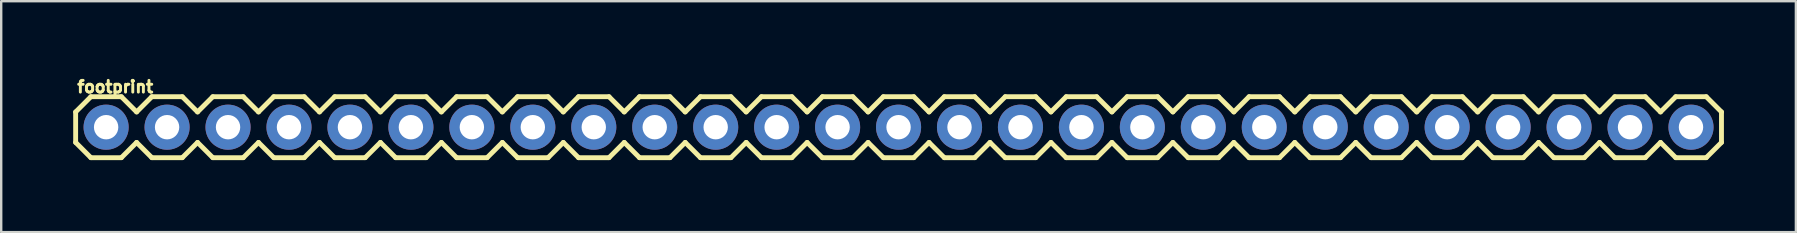
<source format=kicad_pcb>
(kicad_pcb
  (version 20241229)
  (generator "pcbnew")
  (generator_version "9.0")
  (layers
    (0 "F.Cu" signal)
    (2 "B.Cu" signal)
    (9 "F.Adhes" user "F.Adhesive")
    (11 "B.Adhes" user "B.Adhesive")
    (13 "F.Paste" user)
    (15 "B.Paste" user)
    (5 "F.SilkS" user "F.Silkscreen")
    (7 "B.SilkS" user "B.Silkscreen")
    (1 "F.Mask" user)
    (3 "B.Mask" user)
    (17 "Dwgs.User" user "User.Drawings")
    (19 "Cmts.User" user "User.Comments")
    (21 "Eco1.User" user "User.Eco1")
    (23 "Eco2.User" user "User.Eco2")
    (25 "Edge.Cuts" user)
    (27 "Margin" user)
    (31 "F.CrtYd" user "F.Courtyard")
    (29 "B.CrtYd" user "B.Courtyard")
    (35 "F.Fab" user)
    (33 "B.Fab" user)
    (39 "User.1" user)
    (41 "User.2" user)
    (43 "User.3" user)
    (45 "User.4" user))
  (footprint "footprint"
    (layer "F.Cu")
    (at 1.372 2.25)
    (property "Reference" "footprint" (at -1.27 -1.397 0) (layer "F.SilkS") (effects (font (size 0.488 0.488) (thickness 0.122)) (justify left bottom)))
    (fp_line (start -1.27 -0.635) (end -1.27 0.635) (stroke (width 0.203) (type solid)) (layer "F.SilkS"))
    (fp_line (start -1.27 0.635) (end -0.635 1.27) (stroke (width 0.203) (type solid)) (layer "F.SilkS"))
    (fp_line (start -0.635 -1.27) (end -1.27 -0.635) (stroke (width 0.203) (type solid)) (layer "F.SilkS"))
    (fp_line (start -0.635 -1.27) (end 0.635 -1.27) (stroke (width 0.203) (type solid)) (layer "F.SilkS"))
    (fp_line (start 0.635 -1.27) (end 1.27 -0.635) (stroke (width 0.203) (type solid)) (layer "F.SilkS"))
    (fp_line (start 0.635 1.27) (end -0.635 1.27) (stroke (width 0.203) (type solid)) (layer "F.SilkS"))
    (fp_line (start 1.27 -0.635) (end 1.905 -1.27) (stroke (width 0.203) (type solid)) (layer "F.SilkS"))
    (fp_line (start 1.27 0.635) (end 0.635 1.27) (stroke (width 0.203) (type solid)) (layer "F.SilkS"))
    (fp_line (start 1.905 -1.27) (end 3.175 -1.27) (stroke (width 0.203) (type solid)) (layer "F.SilkS"))
    (fp_line (start 1.905 1.27) (end 1.27 0.635) (stroke (width 0.203) (type solid)) (layer "F.SilkS"))
    (fp_line (start 3.175 -1.27) (end 3.81 -0.635) (stroke (width 0.203) (type solid)) (layer "F.SilkS"))
    (fp_line (start 3.175 1.27) (end 1.905 1.27) (stroke (width 0.203) (type solid)) (layer "F.SilkS"))
    (fp_line (start 3.81 -0.635) (end 4.445 -1.27) (stroke (width 0.203) (type solid)) (layer "F.SilkS"))
    (fp_line (start 3.81 0.635) (end 3.175 1.27) (stroke (width 0.203) (type solid)) (layer "F.SilkS"))
    (fp_line (start 4.445 -1.27) (end 5.715 -1.27) (stroke (width 0.203) (type solid)) (layer "F.SilkS"))
    (fp_line (start 4.445 1.27) (end 3.81 0.635) (stroke (width 0.203) (type solid)) (layer "F.SilkS"))
    (fp_line (start 5.715 -1.27) (end 6.35 -0.635) (stroke (width 0.203) (type solid)) (layer "F.SilkS"))
    (fp_line (start 5.715 1.27) (end 4.445 1.27) (stroke (width 0.203) (type solid)) (layer "F.SilkS"))
    (fp_line (start 6.35 0.635) (end 5.715 1.27) (stroke (width 0.203) (type solid)) (layer "F.SilkS"))
    (fp_line (start 6.35 0.635) (end 6.985 1.27) (stroke (width 0.203) (type solid)) (layer "F.SilkS"))
    (fp_line (start 6.985 -1.27) (end 6.35 -0.635) (stroke (width 0.203) (type solid)) (layer "F.SilkS"))
    (fp_line (start 6.985 -1.27) (end 8.255 -1.27) (stroke (width 0.203) (type solid)) (layer "F.SilkS"))
    (fp_line (start 8.255 -1.27) (end 8.89 -0.635) (stroke (width 0.203) (type solid)) (layer "F.SilkS"))
    (fp_line (start 8.255 1.27) (end 6.985 1.27) (stroke (width 0.203) (type solid)) (layer "F.SilkS"))
    (fp_line (start 8.89 -0.635) (end 9.525 -1.27) (stroke (width 0.203) (type solid)) (layer "F.SilkS"))
    (fp_line (start 8.89 0.635) (end 8.255 1.27) (stroke (width 0.203) (type solid)) (layer "F.SilkS"))
    (fp_line (start 9.525 -1.27) (end 10.795 -1.27) (stroke (width 0.203) (type solid)) (layer "F.SilkS"))
    (fp_line (start 9.525 1.27) (end 8.89 0.635) (stroke (width 0.203) (type solid)) (layer "F.SilkS"))
    (fp_line (start 10.795 -1.27) (end 11.43 -0.635) (stroke (width 0.203) (type solid)) (layer "F.SilkS"))
    (fp_line (start 10.795 1.27) (end 9.525 1.27) (stroke (width 0.203) (type solid)) (layer "F.SilkS"))
    (fp_line (start 11.43 -0.635) (end 12.065 -1.27) (stroke (width 0.203) (type solid)) (layer "F.SilkS"))
    (fp_line (start 11.43 0.635) (end 10.795 1.27) (stroke (width 0.203) (type solid)) (layer "F.SilkS"))
    (fp_line (start 12.065 -1.27) (end 13.335 -1.27) (stroke (width 0.203) (type solid)) (layer "F.SilkS"))
    (fp_line (start 12.065 1.27) (end 11.43 0.635) (stroke (width 0.203) (type solid)) (layer "F.SilkS"))
    (fp_line (start 13.335 -1.27) (end 13.97 -0.635) (stroke (width 0.203) (type solid)) (layer "F.SilkS"))
    (fp_line (start 13.335 1.27) (end 12.065 1.27) (stroke (width 0.203) (type solid)) (layer "F.SilkS"))
    (fp_line (start 13.97 0.635) (end 13.335 1.27) (stroke (width 0.203) (type solid)) (layer "F.SilkS"))
    (fp_line (start 13.97 0.635) (end 14.605 1.27) (stroke (width 0.203) (type solid)) (layer "F.SilkS"))
    (fp_line (start 14.605 -1.27) (end 13.97 -0.635) (stroke (width 0.203) (type solid)) (layer "F.SilkS"))
    (fp_line (start 14.605 -1.27) (end 15.875 -1.27) (stroke (width 0.203) (type solid)) (layer "F.SilkS"))
    (fp_line (start 15.875 -1.27) (end 16.51 -0.635) (stroke (width 0.203) (type solid)) (layer "F.SilkS"))
    (fp_line (start 15.875 1.27) (end 14.605 1.27) (stroke (width 0.203) (type solid)) (layer "F.SilkS"))
    (fp_line (start 16.51 0.635) (end 15.875 1.27) (stroke (width 0.203) (type solid)) (layer "F.SilkS"))
    (fp_line (start 16.51 0.635) (end 17.145 1.27) (stroke (width 0.203) (type solid)) (layer "F.SilkS"))
    (fp_line (start 17.145 -1.27) (end 16.51 -0.635) (stroke (width 0.203) (type solid)) (layer "F.SilkS"))
    (fp_line (start 17.145 -1.27) (end 18.415 -1.27) (stroke (width 0.203) (type solid)) (layer "F.SilkS"))
    (fp_line (start 18.415 -1.27) (end 19.05 -0.635) (stroke (width 0.203) (type solid)) (layer "F.SilkS"))
    (fp_line (start 18.415 1.27) (end 17.145 1.27) (stroke (width 0.203) (type solid)) (layer "F.SilkS"))
    (fp_line (start 19.05 -0.635) (end 19.685 -1.27) (stroke (width 0.203) (type solid)) (layer "F.SilkS"))
    (fp_line (start 19.05 0.635) (end 18.415 1.27) (stroke (width 0.203) (type solid)) (layer "F.SilkS"))
    (fp_line (start 19.685 -1.27) (end 20.955 -1.27) (stroke (width 0.203) (type solid)) (layer "F.SilkS"))
    (fp_line (start 19.685 1.27) (end 19.05 0.635) (stroke (width 0.203) (type solid)) (layer "F.SilkS"))
    (fp_line (start 20.955 -1.27) (end 21.59 -0.635) (stroke (width 0.203) (type solid)) (layer "F.SilkS"))
    (fp_line (start 20.955 1.27) (end 19.685 1.27) (stroke (width 0.203) (type solid)) (layer "F.SilkS"))
    (fp_line (start 21.59 -0.635) (end 22.225 -1.27) (stroke (width 0.203) (type solid)) (layer "F.SilkS"))
    (fp_line (start 21.59 0.635) (end 20.955 1.27) (stroke (width 0.203) (type solid)) (layer "F.SilkS"))
    (fp_line (start 22.225 -1.27) (end 23.495 -1.27) (stroke (width 0.203) (type solid)) (layer "F.SilkS"))
    (fp_line (start 22.225 1.27) (end 21.59 0.635) (stroke (width 0.203) (type solid)) (layer "F.SilkS"))
    (fp_line (start 23.495 -1.27) (end 24.13 -0.635) (stroke (width 0.203) (type solid)) (layer "F.SilkS"))
    (fp_line (start 23.495 1.27) (end 22.225 1.27) (stroke (width 0.203) (type solid)) (layer "F.SilkS"))
    (fp_line (start 24.13 0.635) (end 23.495 1.27) (stroke (width 0.203) (type solid)) (layer "F.SilkS"))
    (fp_line (start 24.13 0.635) (end 24.765 1.27) (stroke (width 0.203) (type solid)) (layer "F.SilkS"))
    (fp_line (start 24.765 -1.27) (end 24.13 -0.635) (stroke (width 0.203) (type solid)) (layer "F.SilkS"))
    (fp_line (start 24.765 -1.27) (end 26.035 -1.27) (stroke (width 0.203) (type solid)) (layer "F.SilkS"))
    (fp_line (start 26.035 -1.27) (end 26.67 -0.635) (stroke (width 0.203) (type solid)) (layer "F.SilkS"))
    (fp_line (start 26.035 1.27) (end 24.765 1.27) (stroke (width 0.203) (type solid)) (layer "F.SilkS"))
    (fp_line (start 26.67 -0.635) (end 27.305 -1.27) (stroke (width 0.203) (type solid)) (layer "F.SilkS"))
    (fp_line (start 26.67 0.635) (end 26.035 1.27) (stroke (width 0.203) (type solid)) (layer "F.SilkS"))
    (fp_line (start 27.305 -1.27) (end 28.575 -1.27) (stroke (width 0.203) (type solid)) (layer "F.SilkS"))
    (fp_line (start 27.305 1.27) (end 26.67 0.635) (stroke (width 0.203) (type solid)) (layer "F.SilkS"))
    (fp_line (start 28.575 -1.27) (end 29.21 -0.635) (stroke (width 0.203) (type solid)) (layer "F.SilkS"))
    (fp_line (start 28.575 1.27) (end 27.305 1.27) (stroke (width 0.203) (type solid)) (layer "F.SilkS"))
    (fp_line (start 29.21 -0.635) (end 29.845 -1.27) (stroke (width 0.203) (type solid)) (layer "F.SilkS"))
    (fp_line (start 29.21 0.635) (end 28.575 1.27) (stroke (width 0.203) (type solid)) (layer "F.SilkS"))
    (fp_line (start 29.845 -1.27) (end 31.115 -1.27) (stroke (width 0.203) (type solid)) (layer "F.SilkS"))
    (fp_line (start 29.845 1.27) (end 29.21 0.635) (stroke (width 0.203) (type solid)) (layer "F.SilkS"))
    (fp_line (start 31.115 -1.27) (end 31.75 -0.635) (stroke (width 0.203) (type solid)) (layer "F.SilkS"))
    (fp_line (start 31.115 1.27) (end 29.845 1.27) (stroke (width 0.203) (type solid)) (layer "F.SilkS"))
    (fp_line (start 31.75 0.635) (end 31.115 1.27) (stroke (width 0.203) (type solid)) (layer "F.SilkS"))
    (fp_line (start 31.75 0.635) (end 32.385 1.27) (stroke (width 0.203) (type solid)) (layer "F.SilkS"))
    (fp_line (start 32.385 -1.27) (end 31.75 -0.635) (stroke (width 0.203) (type solid)) (layer "F.SilkS"))
    (fp_line (start 32.385 -1.27) (end 33.655 -1.27) (stroke (width 0.203) (type solid)) (layer "F.SilkS"))
    (fp_line (start 33.655 -1.27) (end 34.29 -0.635) (stroke (width 0.203) (type solid)) (layer "F.SilkS"))
    (fp_line (start 33.655 1.27) (end 32.385 1.27) (stroke (width 0.203) (type solid)) (layer "F.SilkS"))
    (fp_line (start 34.29 0.635) (end 33.655 1.27) (stroke (width 0.203) (type solid)) (layer "F.SilkS"))
    (fp_line (start 34.29 0.635) (end 34.925 1.27) (stroke (width 0.203) (type solid)) (layer "F.SilkS"))
    (fp_line (start 34.925 -1.27) (end 34.29 -0.635) (stroke (width 0.203) (type solid)) (layer "F.SilkS"))
    (fp_line (start 34.925 -1.27) (end 36.195 -1.27) (stroke (width 0.203) (type solid)) (layer "F.SilkS"))
    (fp_line (start 36.195 -1.27) (end 36.83 -0.635) (stroke (width 0.203) (type solid)) (layer "F.SilkS"))
    (fp_line (start 36.195 1.27) (end 34.925 1.27) (stroke (width 0.203) (type solid)) (layer "F.SilkS"))
    (fp_line (start 36.83 0.635) (end 36.195 1.27) (stroke (width 0.203) (type solid)) (layer "F.SilkS"))
    (fp_line (start 36.83 0.635) (end 37.465 1.27) (stroke (width 0.203) (type solid)) (layer "F.SilkS"))
    (fp_line (start 37.465 -1.27) (end 36.83 -0.635) (stroke (width 0.203) (type solid)) (layer "F.SilkS"))
    (fp_line (start 37.465 -1.27) (end 38.735 -1.27) (stroke (width 0.203) (type solid)) (layer "F.SilkS"))
    (fp_line (start 38.735 -1.27) (end 39.37 -0.635) (stroke (width 0.203) (type solid)) (layer "F.SilkS"))
    (fp_line (start 38.735 1.27) (end 37.465 1.27) (stroke (width 0.203) (type solid)) (layer "F.SilkS"))
    (fp_line (start 39.37 0.635) (end 38.735 1.27) (stroke (width 0.203) (type solid)) (layer "F.SilkS"))
    (fp_line (start 39.37 0.635) (end 40.005 1.27) (stroke (width 0.203) (type solid)) (layer "F.SilkS"))
    (fp_line (start 40.005 -1.27) (end 39.37 -0.635) (stroke (width 0.203) (type solid)) (layer "F.SilkS"))
    (fp_line (start 40.005 -1.27) (end 41.275 -1.27) (stroke (width 0.203) (type solid)) (layer "F.SilkS"))
    (fp_line (start 41.275 -1.27) (end 41.91 -0.635) (stroke (width 0.203) (type solid)) (layer "F.SilkS"))
    (fp_line (start 41.275 1.27) (end 40.005 1.27) (stroke (width 0.203) (type solid)) (layer "F.SilkS"))
    (fp_line (start 41.91 0.635) (end 41.275 1.27) (stroke (width 0.203) (type solid)) (layer "F.SilkS"))
    (fp_line (start 41.91 0.635) (end 42.545 1.27) (stroke (width 0.203) (type solid)) (layer "F.SilkS"))
    (fp_line (start 42.545 -1.27) (end 41.91 -0.635) (stroke (width 0.203) (type solid)) (layer "F.SilkS"))
    (fp_line (start 42.545 -1.27) (end 43.815 -1.27) (stroke (width 0.203) (type solid)) (layer "F.SilkS"))
    (fp_line (start 43.815 -1.27) (end 44.45 -0.635) (stroke (width 0.203) (type solid)) (layer "F.SilkS"))
    (fp_line (start 43.815 1.27) (end 42.545 1.27) (stroke (width 0.203) (type solid)) (layer "F.SilkS"))
    (fp_line (start 44.45 0.635) (end 43.815 1.27) (stroke (width 0.203) (type solid)) (layer "F.SilkS"))
    (fp_line (start 44.45 0.635) (end 45.085 1.27) (stroke (width 0.203) (type solid)) (layer "F.SilkS"))
    (fp_line (start 45.085 -1.27) (end 44.45 -0.635) (stroke (width 0.203) (type solid)) (layer "F.SilkS"))
    (fp_line (start 45.085 -1.27) (end 46.355 -1.27) (stroke (width 0.203) (type solid)) (layer "F.SilkS"))
    (fp_line (start 46.355 -1.27) (end 46.99 -0.635) (stroke (width 0.203) (type solid)) (layer "F.SilkS"))
    (fp_line (start 46.355 1.27) (end 45.085 1.27) (stroke (width 0.203) (type solid)) (layer "F.SilkS"))
    (fp_line (start 46.99 0.635) (end 46.355 1.27) (stroke (width 0.203) (type solid)) (layer "F.SilkS"))
    (fp_line (start 46.99 0.635) (end 47.625 1.27) (stroke (width 0.203) (type solid)) (layer "F.SilkS"))
    (fp_line (start 47.625 -1.27) (end 46.99 -0.635) (stroke (width 0.203) (type solid)) (layer "F.SilkS"))
    (fp_line (start 47.625 -1.27) (end 48.895 -1.27) (stroke (width 0.203) (type solid)) (layer "F.SilkS"))
    (fp_line (start 48.895 -1.27) (end 49.53 -0.635) (stroke (width 0.203) (type solid)) (layer "F.SilkS"))
    (fp_line (start 48.895 1.27) (end 47.625 1.27) (stroke (width 0.203) (type solid)) (layer "F.SilkS"))
    (fp_line (start 49.53 0.635) (end 48.895 1.27) (stroke (width 0.203) (type solid)) (layer "F.SilkS"))
    (fp_line (start 49.53 0.635) (end 50.165 1.27) (stroke (width 0.203) (type solid)) (layer "F.SilkS"))
    (fp_line (start 50.165 -1.27) (end 49.53 -0.635) (stroke (width 0.203) (type solid)) (layer "F.SilkS"))
    (fp_line (start 50.165 -1.27) (end 51.435 -1.27) (stroke (width 0.203) (type solid)) (layer "F.SilkS"))
    (fp_line (start 51.435 -1.27) (end 52.07 -0.635) (stroke (width 0.203) (type solid)) (layer "F.SilkS"))
    (fp_line (start 51.435 1.27) (end 50.165 1.27) (stroke (width 0.203) (type solid)) (layer "F.SilkS"))
    (fp_line (start 52.07 0.635) (end 51.435 1.27) (stroke (width 0.203) (type solid)) (layer "F.SilkS"))
    (fp_line (start 52.07 0.635) (end 52.705 1.27) (stroke (width 0.203) (type solid)) (layer "F.SilkS"))
    (fp_line (start 52.705 -1.27) (end 52.07 -0.635) (stroke (width 0.203) (type solid)) (layer "F.SilkS"))
    (fp_line (start 52.705 -1.27) (end 53.975 -1.27) (stroke (width 0.203) (type solid)) (layer "F.SilkS"))
    (fp_line (start 53.975 -1.27) (end 54.61 -0.635) (stroke (width 0.203) (type solid)) (layer "F.SilkS"))
    (fp_line (start 53.975 1.27) (end 52.705 1.27) (stroke (width 0.203) (type solid)) (layer "F.SilkS"))
    (fp_line (start 54.61 0.635) (end 53.975 1.27) (stroke (width 0.203) (type solid)) (layer "F.SilkS"))
    (fp_line (start 54.61 0.635) (end 55.245 1.27) (stroke (width 0.203) (type solid)) (layer "F.SilkS"))
    (fp_line (start 55.245 -1.27) (end 54.61 -0.635) (stroke (width 0.203) (type solid)) (layer "F.SilkS"))
    (fp_line (start 55.245 -1.27) (end 56.515 -1.27) (stroke (width 0.203) (type solid)) (layer "F.SilkS"))
    (fp_line (start 56.515 -1.27) (end 57.15 -0.635) (stroke (width 0.203) (type solid)) (layer "F.SilkS"))
    (fp_line (start 56.515 1.27) (end 55.245 1.27) (stroke (width 0.203) (type solid)) (layer "F.SilkS"))
    (fp_line (start 57.15 -0.635) (end 57.785 -1.27) (stroke (width 0.203) (type solid)) (layer "F.SilkS"))
    (fp_line (start 57.15 0.635) (end 56.515 1.27) (stroke (width 0.203) (type solid)) (layer "F.SilkS"))
    (fp_line (start 57.15 0.635) (end 57.785 1.27) (stroke (width 0.203) (type solid)) (layer "F.SilkS"))
    (fp_line (start 57.785 -1.27) (end 59.055 -1.27) (stroke (width 0.203) (type solid)) (layer "F.SilkS"))
    (fp_line (start 59.055 -1.27) (end 59.69 -0.635) (stroke (width 0.203) (type solid)) (layer "F.SilkS"))
    (fp_line (start 59.055 1.27) (end 57.785 1.27) (stroke (width 0.203) (type solid)) (layer "F.SilkS"))
    (fp_line (start 59.69 0.635) (end 59.055 1.27) (stroke (width 0.203) (type solid)) (layer "F.SilkS"))
    (fp_line (start 59.69 0.635) (end 60.325 1.27) (stroke (width 0.203) (type solid)) (layer "F.SilkS"))
    (fp_line (start 60.325 -1.27) (end 59.69 -0.635) (stroke (width 0.203) (type solid)) (layer "F.SilkS"))
    (fp_line (start 60.325 -1.27) (end 61.595 -1.27) (stroke (width 0.203) (type solid)) (layer "F.SilkS"))
    (fp_line (start 61.595 -1.27) (end 62.23 -0.635) (stroke (width 0.203) (type solid)) (layer "F.SilkS"))
    (fp_line (start 61.595 1.27) (end 60.325 1.27) (stroke (width 0.203) (type solid)) (layer "F.SilkS"))
    (fp_line (start 62.23 -0.635) (end 62.865 -1.27) (stroke (width 0.203) (type solid)) (layer "F.SilkS"))
    (fp_line (start 62.23 0.635) (end 61.595 1.27) (stroke (width 0.203) (type solid)) (layer "F.SilkS"))
    (fp_line (start 62.23 0.635) (end 62.865 1.27) (stroke (width 0.203) (type solid)) (layer "F.SilkS"))
    (fp_line (start 62.865 -1.27) (end 64.135 -1.27) (stroke (width 0.203) (type solid)) (layer "F.SilkS"))
    (fp_line (start 64.135 -1.27) (end 64.77 -0.635) (stroke (width 0.203) (type solid)) (layer "F.SilkS"))
    (fp_line (start 64.135 1.27) (end 62.865 1.27) (stroke (width 0.203) (type solid)) (layer "F.SilkS"))
    (fp_line (start 64.77 0.635) (end 64.135 1.27) (stroke (width 0.203) (type solid)) (layer "F.SilkS"))
    (fp_line (start 64.77 0.635) (end 65.405 1.27) (stroke (width 0.203) (type solid)) (layer "F.SilkS"))
    (fp_line (start 65.405 -1.27) (end 64.77 -0.635) (stroke (width 0.203) (type solid)) (layer "F.SilkS"))
    (fp_line (start 65.405 -1.27) (end 66.675 -1.27) (stroke (width 0.203) (type solid)) (layer "F.SilkS"))
    (fp_line (start 66.675 -1.27) (end 67.31 -0.635) (stroke (width 0.203) (type solid)) (layer "F.SilkS"))
    (fp_line (start 66.675 1.27) (end 65.405 1.27) (stroke (width 0.203) (type solid)) (layer "F.SilkS"))
    (fp_line (start 67.31 -0.635) (end 67.31 0.635) (stroke (width 0.203) (type solid)) (layer "F.SilkS"))
    (fp_line (start 67.31 0.635) (end 66.675 1.27) (stroke (width 0.203) (type solid)) (layer "F.SilkS"))
    (fp_poly (pts (xy -0.254 0.254) (xy 0.254 0.254) (xy 0.254 -0.254) (xy -0.254 -0.254)) (stroke (width 0.1) (type solid)) (fill no) (layer "F.Fab"))
    (fp_poly (pts (xy 2.286 0.254) (xy 2.794 0.254) (xy 2.794 -0.254) (xy 2.286 -0.254)) (stroke (width 0.1) (type solid)) (fill no) (layer "F.Fab"))
    (fp_poly (pts (xy 4.826 0.254) (xy 5.334 0.254) (xy 5.334 -0.254) (xy 4.826 -0.254)) (stroke (width 0.1) (type solid)) (fill no) (layer "F.Fab"))
    (fp_poly (pts (xy 7.366 0.254) (xy 7.874 0.254) (xy 7.874 -0.254) (xy 7.366 -0.254)) (stroke (width 0.1) (type solid)) (fill no) (layer "F.Fab"))
    (fp_poly (pts (xy 9.906 0.254) (xy 10.414 0.254) (xy 10.414 -0.254) (xy 9.906 -0.254)) (stroke (width 0.1) (type solid)) (fill no) (layer "F.Fab"))
    (fp_poly (pts (xy 12.446 0.254) (xy 12.954 0.254) (xy 12.954 -0.254) (xy 12.446 -0.254)) (stroke (width 0.1) (type solid)) (fill no) (layer "F.Fab"))
    (fp_poly (pts (xy 14.986 0.254) (xy 15.494 0.254) (xy 15.494 -0.254) (xy 14.986 -0.254)) (stroke (width 0.1) (type solid)) (fill no) (layer "F.Fab"))
    (fp_poly (pts (xy 17.526 0.254) (xy 18.034 0.254) (xy 18.034 -0.254) (xy 17.526 -0.254)) (stroke (width 0.1) (type solid)) (fill no) (layer "F.Fab"))
    (fp_poly (pts (xy 20.066 0.254) (xy 20.574 0.254) (xy 20.574 -0.254) (xy 20.066 -0.254)) (stroke (width 0.1) (type solid)) (fill no) (layer "F.Fab"))
    (fp_poly (pts (xy 22.606 0.254) (xy 23.114 0.254) (xy 23.114 -0.254) (xy 22.606 -0.254)) (stroke (width 0.1) (type solid)) (fill no) (layer "F.Fab"))
    (fp_poly (pts (xy 25.146 0.254) (xy 25.654 0.254) (xy 25.654 -0.254) (xy 25.146 -0.254)) (stroke (width 0.1) (type solid)) (fill no) (layer "F.Fab"))
    (fp_poly (pts (xy 27.686 0.254) (xy 28.194 0.254) (xy 28.194 -0.254) (xy 27.686 -0.254)) (stroke (width 0.1) (type solid)) (fill no) (layer "F.Fab"))
    (fp_poly (pts (xy 30.226 0.254) (xy 30.734 0.254) (xy 30.734 -0.254) (xy 30.226 -0.254)) (stroke (width 0.1) (type solid)) (fill no) (layer "F.Fab"))
    (fp_poly (pts (xy 32.766 0.254) (xy 33.274 0.254) (xy 33.274 -0.254) (xy 32.766 -0.254)) (stroke (width 0.1) (type solid)) (fill no) (layer "F.Fab"))
    (fp_poly (pts (xy 35.306 0.254) (xy 35.814 0.254) (xy 35.814 -0.254) (xy 35.306 -0.254)) (stroke (width 0.1) (type solid)) (fill no) (layer "F.Fab"))
    (fp_poly (pts (xy 37.846 0.254) (xy 38.354 0.254) (xy 38.354 -0.254) (xy 37.846 -0.254)) (stroke (width 0.1) (type solid)) (fill no) (layer "F.Fab"))
    (fp_poly (pts (xy 40.386 0.254) (xy 40.894 0.254) (xy 40.894 -0.254) (xy 40.386 -0.254)) (stroke (width 0.1) (type solid)) (fill no) (layer "F.Fab"))
    (fp_poly (pts (xy 42.926 0.254) (xy 43.434 0.254) (xy 43.434 -0.254) (xy 42.926 -0.254)) (stroke (width 0.1) (type solid)) (fill no) (layer "F.Fab"))
    (fp_poly (pts (xy 45.466 0.254) (xy 45.974 0.254) (xy 45.974 -0.254) (xy 45.466 -0.254)) (stroke (width 0.1) (type solid)) (fill no) (layer "F.Fab"))
    (fp_poly (pts (xy 48.006 0.254) (xy 48.514 0.254) (xy 48.514 -0.254) (xy 48.006 -0.254)) (stroke (width 0.1) (type solid)) (fill no) (layer "F.Fab"))
    (fp_poly (pts (xy 50.546 0.254) (xy 51.054 0.254) (xy 51.054 -0.254) (xy 50.546 -0.254)) (stroke (width 0.1) (type solid)) (fill no) (layer "F.Fab"))
    (fp_poly (pts (xy 53.086 0.254) (xy 53.594 0.254) (xy 53.594 -0.254) (xy 53.086 -0.254)) (stroke (width 0.1) (type solid)) (fill no) (layer "F.Fab"))
    (fp_poly (pts (xy 55.626 0.254) (xy 56.134 0.254) (xy 56.134 -0.254) (xy 55.626 -0.254)) (stroke (width 0.1) (type solid)) (fill no) (layer "F.Fab"))
    (fp_poly (pts (xy 58.166 0.254) (xy 58.674 0.254) (xy 58.674 -0.254) (xy 58.166 -0.254)) (stroke (width 0.1) (type solid)) (fill no) (layer "F.Fab"))
    (fp_poly (pts (xy 60.706 0.254) (xy 61.214 0.254) (xy 61.214 -0.254) (xy 60.706 -0.254)) (stroke (width 0.1) (type solid)) (fill no) (layer "F.Fab"))
    (fp_poly (pts (xy 63.246 0.254) (xy 63.754 0.254) (xy 63.754 -0.254) (xy 63.246 -0.254)) (stroke (width 0.1) (type solid)) (fill no) (layer "F.Fab"))
    (fp_poly (pts (xy 65.786 0.254) (xy 66.294 0.254) (xy 66.294 -0.254) (xy 65.786 -0.254)) (stroke (width 0.1) (type solid)) (fill no) (layer "F.Fab"))
    (pad "1" thru_hole circle (at 0 0 90) (size 1.88 1.88) (drill 1.016) (layers "*.Cu" "*.Mask"))
    (pad "2" thru_hole circle (at 2.54 0 90) (size 1.88 1.88) (drill 1.016) (layers "*.Cu" "*.Mask"))
    (pad "3" thru_hole circle (at 5.08 0 90) (size 1.88 1.88) (drill 1.016) (layers "*.Cu" "*.Mask"))
    (pad "4" thru_hole circle (at 7.62 0 90) (size 1.88 1.88) (drill 1.016) (layers "*.Cu" "*.Mask"))
    (pad "5" thru_hole circle (at 10.16 0 90) (size 1.88 1.88) (drill 1.016) (layers "*.Cu" "*.Mask"))
    (pad "6" thru_hole circle (at 12.7 0 90) (size 1.88 1.88) (drill 1.016) (layers "*.Cu" "*.Mask"))
    (pad "7" thru_hole circle (at 15.24 0 90) (size 1.88 1.88) (drill 1.016) (layers "*.Cu" "*.Mask"))
    (pad "8" thru_hole circle (at 17.78 0 90) (size 1.88 1.88) (drill 1.016) (layers "*.Cu" "*.Mask"))
    (pad "9" thru_hole circle (at 20.32 0 90) (size 1.88 1.88) (drill 1.016) (layers "*.Cu" "*.Mask"))
    (pad "10" thru_hole circle (at 22.86 0 90) (size 1.88 1.88) (drill 1.016) (layers "*.Cu" "*.Mask"))
    (pad "11" thru_hole circle (at 25.4 0 90) (size 1.88 1.88) (drill 1.016) (layers "*.Cu" "*.Mask"))
    (pad "12" thru_hole circle (at 27.94 0 90) (size 1.88 1.88) (drill 1.016) (layers "*.Cu" "*.Mask"))
    (pad "13" thru_hole circle (at 30.48 0 90) (size 1.88 1.88) (drill 1.016) (layers "*.Cu" "*.Mask"))
    (pad "14" thru_hole circle (at 33.02 0 90) (size 1.88 1.88) (drill 1.016) (layers "*.Cu" "*.Mask"))
    (pad "15" thru_hole circle (at 35.56 0 90) (size 1.88 1.88) (drill 1.016) (layers "*.Cu" "*.Mask"))
    (pad "16" thru_hole circle (at 38.1 0 90) (size 1.88 1.88) (drill 1.016) (layers "*.Cu" "*.Mask"))
    (pad "17" thru_hole circle (at 40.64 0 90) (size 1.88 1.88) (drill 1.016) (layers "*.Cu" "*.Mask"))
    (pad "18" thru_hole circle (at 43.18 0 90) (size 1.88 1.88) (drill 1.016) (layers "*.Cu" "*.Mask"))
    (pad "19" thru_hole circle (at 45.72 0 90) (size 1.88 1.88) (drill 1.016) (layers "*.Cu" "*.Mask"))
    (pad "20" thru_hole circle (at 48.26 0 90) (size 1.88 1.88) (drill 1.016) (layers "*.Cu" "*.Mask"))
    (pad "21" thru_hole circle (at 50.8 0 90) (size 1.88 1.88) (drill 1.016) (layers "*.Cu" "*.Mask"))
    (pad "22" thru_hole circle (at 53.34 0 90) (size 1.88 1.88) (drill 1.016) (layers "*.Cu" "*.Mask"))
    (pad "23" thru_hole circle (at 55.88 0 90) (size 1.88 1.88) (drill 1.016) (layers "*.Cu" "*.Mask"))
    (pad "24" thru_hole circle (at 58.42 0 90) (size 1.88 1.88) (drill 1.016) (layers "*.Cu" "*.Mask"))
    (pad "25" thru_hole circle (at 60.96 0 90) (size 1.88 1.88) (drill 1.016) (layers "*.Cu" "*.Mask"))
    (pad "26" thru_hole circle (at 63.5 0 90) (size 1.88 1.88) (drill 1.016) (layers "*.Cu" "*.Mask"))
    (pad "27" thru_hole circle (at 66.04 0 90) (size 1.88 1.88) (drill 1.016) (layers "*.Cu" "*.Mask")))
  (gr_rect
    (start -3 -3)
    (end 71.783 6.622)
    (stroke (width 0.1) (type default))
    (fill no)
    (layer "Edge.Cuts")))
</source>
